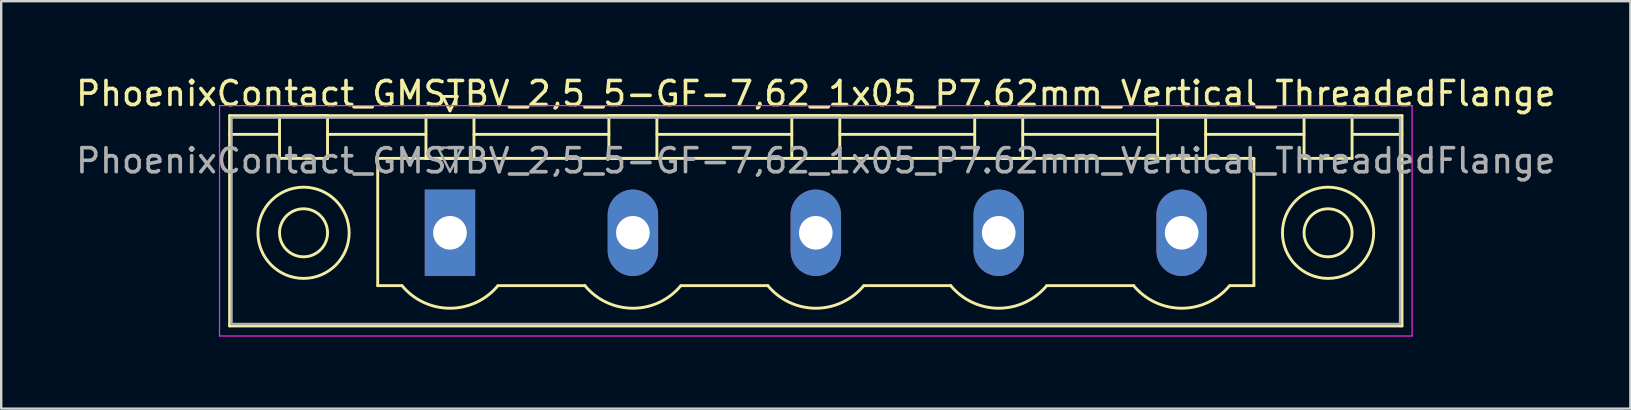
<source format=kicad_pcb>
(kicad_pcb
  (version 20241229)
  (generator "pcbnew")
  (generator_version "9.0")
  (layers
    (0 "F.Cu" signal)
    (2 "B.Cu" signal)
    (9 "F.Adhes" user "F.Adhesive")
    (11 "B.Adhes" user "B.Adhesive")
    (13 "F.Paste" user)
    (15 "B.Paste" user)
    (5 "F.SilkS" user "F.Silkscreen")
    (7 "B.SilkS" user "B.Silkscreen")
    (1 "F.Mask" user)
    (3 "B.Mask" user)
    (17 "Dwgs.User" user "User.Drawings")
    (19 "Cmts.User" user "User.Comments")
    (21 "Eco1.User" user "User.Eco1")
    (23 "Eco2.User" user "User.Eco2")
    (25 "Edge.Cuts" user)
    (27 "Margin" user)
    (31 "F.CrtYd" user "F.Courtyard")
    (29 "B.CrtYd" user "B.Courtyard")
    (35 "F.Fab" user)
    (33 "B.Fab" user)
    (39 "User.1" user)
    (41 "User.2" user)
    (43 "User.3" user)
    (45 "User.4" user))
  (footprint "PhoenixContact_GMSTBV_2,5_5-GF-7,62_1x05_P7.62mm_Vertical_ThreadedFlange"
    (layer "F.Cu")
    (at 15.695 6.648)
    (property "Reference" "PhoenixContact_GMSTBV_2,5_5-GF-7,62_1x05_P7.62mm_Vertical_ThreadedFlange" (at 15.24 -5.8 0) (layer "F.SilkS") (effects (font (size 1 1) (thickness 0.15))))
    (attr through_hole)
    (fp_line (start -9.18 -4.88) (end -9.18 3.88) (stroke (width 0.12) (type solid)) (layer "F.SilkS"))
    (fp_line (start -9.18 -4.1) (end -7.18 -4.1) (stroke (width 0.12) (type solid)) (layer "F.SilkS"))
    (fp_line (start -9.18 3.88) (end 39.66 3.88) (stroke (width 0.12) (type solid)) (layer "F.SilkS"))
    (fp_line (start -7.1 -4.88) (end -5.1 -4.88) (stroke (width 0.12) (type solid)) (layer "F.SilkS"))
    (fp_line (start -7.1 -3.1) (end -7.1 -4.88) (stroke (width 0.12) (type solid)) (layer "F.SilkS"))
    (fp_line (start -5.1 -4.88) (end -5.1 -3.1) (stroke (width 0.12) (type solid)) (layer "F.SilkS"))
    (fp_line (start -5.1 -4.1) (end -1 -4.1) (stroke (width 0.12) (type solid)) (layer "F.SilkS"))
    (fp_line (start -5.1 -3.1) (end -7.1 -3.1) (stroke (width 0.12) (type solid)) (layer "F.SilkS"))
    (fp_line (start -3.01 -3.1) (end 33.49 -3.1) (stroke (width 0.12) (type solid)) (layer "F.SilkS"))
    (fp_line (start -3.01 2.2) (end -3.01 -3.1) (stroke (width 0.12) (type solid)) (layer "F.SilkS"))
    (fp_line (start -2 2.2) (end -3.01 2.2) (stroke (width 0.12) (type solid)) (layer "F.SilkS"))
    (fp_line (start -1 -4.88) (end 1 -4.88) (stroke (width 0.12) (type solid)) (layer "F.SilkS"))
    (fp_line (start -1 -3.1) (end -1 -4.88) (stroke (width 0.12) (type solid)) (layer "F.SilkS"))
    (fp_line (start -0.3 -5.68) (end 0.3 -5.68) (stroke (width 0.12) (type solid)) (layer "F.SilkS"))
    (fp_line (start 0 -5.08) (end -0.3 -5.68) (stroke (width 0.12) (type solid)) (layer "F.SilkS"))
    (fp_line (start 0.3 -5.68) (end 0 -5.08) (stroke (width 0.12) (type solid)) (layer "F.SilkS"))
    (fp_line (start 1 -4.88) (end 1 -3.1) (stroke (width 0.12) (type solid)) (layer "F.SilkS"))
    (fp_line (start 1 -4.1) (end 6.62 -4.1) (stroke (width 0.12) (type solid)) (layer "F.SilkS"))
    (fp_line (start 1 -3.1) (end -1 -3.1) (stroke (width 0.12) (type solid)) (layer "F.SilkS"))
    (fp_line (start 2 2.2) (end 5.62 2.2) (stroke (width 0.12) (type solid)) (layer "F.SilkS"))
    (fp_line (start 6.62 -4.88) (end 8.62 -4.88) (stroke (width 0.12) (type solid)) (layer "F.SilkS"))
    (fp_line (start 6.62 -3.1) (end 6.62 -4.88) (stroke (width 0.12) (type solid)) (layer "F.SilkS"))
    (fp_line (start 8.62 -4.88) (end 8.62 -3.1) (stroke (width 0.12) (type solid)) (layer "F.SilkS"))
    (fp_line (start 8.62 -4.1) (end 14.24 -4.1) (stroke (width 0.12) (type solid)) (layer "F.SilkS"))
    (fp_line (start 8.62 -3.1) (end 6.62 -3.1) (stroke (width 0.12) (type solid)) (layer "F.SilkS"))
    (fp_line (start 9.62 2.2) (end 13.24 2.2) (stroke (width 0.12) (type solid)) (layer "F.SilkS"))
    (fp_line (start 14.24 -4.88) (end 16.24 -4.88) (stroke (width 0.12) (type solid)) (layer "F.SilkS"))
    (fp_line (start 14.24 -3.1) (end 14.24 -4.88) (stroke (width 0.12) (type solid)) (layer "F.SilkS"))
    (fp_line (start 16.24 -4.88) (end 16.24 -3.1) (stroke (width 0.12) (type solid)) (layer "F.SilkS"))
    (fp_line (start 16.24 -4.1) (end 21.86 -4.1) (stroke (width 0.12) (type solid)) (layer "F.SilkS"))
    (fp_line (start 16.24 -3.1) (end 14.24 -3.1) (stroke (width 0.12) (type solid)) (layer "F.SilkS"))
    (fp_line (start 17.24 2.2) (end 20.86 2.2) (stroke (width 0.12) (type solid)) (layer "F.SilkS"))
    (fp_line (start 21.86 -4.88) (end 23.86 -4.88) (stroke (width 0.12) (type solid)) (layer "F.SilkS"))
    (fp_line (start 21.86 -3.1) (end 21.86 -4.88) (stroke (width 0.12) (type solid)) (layer "F.SilkS"))
    (fp_line (start 23.86 -4.88) (end 23.86 -3.1) (stroke (width 0.12) (type solid)) (layer "F.SilkS"))
    (fp_line (start 23.86 -4.1) (end 29.48 -4.1) (stroke (width 0.12) (type solid)) (layer "F.SilkS"))
    (fp_line (start 23.86 -3.1) (end 21.86 -3.1) (stroke (width 0.12) (type solid)) (layer "F.SilkS"))
    (fp_line (start 24.86 2.2) (end 28.48 2.2) (stroke (width 0.12) (type solid)) (layer "F.SilkS"))
    (fp_line (start 29.48 -4.88) (end 31.48 -4.88) (stroke (width 0.12) (type solid)) (layer "F.SilkS"))
    (fp_line (start 29.48 -3.1) (end 29.48 -4.88) (stroke (width 0.12) (type solid)) (layer "F.SilkS"))
    (fp_line (start 31.48 -4.88) (end 31.48 -3.1) (stroke (width 0.12) (type solid)) (layer "F.SilkS"))
    (fp_line (start 31.48 -4.1) (end 35.58 -4.1) (stroke (width 0.12) (type solid)) (layer "F.SilkS"))
    (fp_line (start 31.48 -3.1) (end 29.48 -3.1) (stroke (width 0.12) (type solid)) (layer "F.SilkS"))
    (fp_line (start 33.49 -3.1) (end 33.49 2.2) (stroke (width 0.12) (type solid)) (layer "F.SilkS"))
    (fp_line (start 33.49 2.2) (end 32.48 2.2) (stroke (width 0.12) (type solid)) (layer "F.SilkS"))
    (fp_line (start 35.58 -4.88) (end 37.58 -4.88) (stroke (width 0.12) (type solid)) (layer "F.SilkS"))
    (fp_line (start 35.58 -3.1) (end 35.58 -4.88) (stroke (width 0.12) (type solid)) (layer "F.SilkS"))
    (fp_line (start 37.58 -4.88) (end 37.58 -3.1) (stroke (width 0.12) (type solid)) (layer "F.SilkS"))
    (fp_line (start 37.58 -3.1) (end 35.58 -3.1) (stroke (width 0.12) (type solid)) (layer "F.SilkS"))
    (fp_line (start 39.66 -4.88) (end -9.18 -4.88) (stroke (width 0.12) (type solid)) (layer "F.SilkS"))
    (fp_line (start 39.66 -4.1) (end 37.66 -4.1) (stroke (width 0.12) (type solid)) (layer "F.SilkS"))
    (fp_line (start 39.66 3.88) (end 39.66 -4.88) (stroke (width 0.12) (type solid)) (layer "F.SilkS"))
    (fp_arc (start 1.986842 2.215821) (mid -0.010289 3.142758) (end -2 2.2) (stroke (width 0.12) (type solid)) (layer "F.SilkS"))
    (fp_arc (start 9.606842 2.215821) (mid 7.609711 3.142758) (end 5.62 2.2) (stroke (width 0.12) (type solid)) (layer "F.SilkS"))
    (fp_arc (start 17.226842 2.215821) (mid 15.229711 3.142758) (end 13.24 2.2) (stroke (width 0.12) (type solid)) (layer "F.SilkS"))
    (fp_arc (start 24.846842 2.215821) (mid 22.849711 3.142758) (end 20.86 2.2) (stroke (width 0.12) (type solid)) (layer "F.SilkS"))
    (fp_arc (start 32.466842 2.215821) (mid 30.469711 3.142758) (end 28.48 2.2) (stroke (width 0.12) (type solid)) (layer "F.SilkS"))
    (fp_circle (center -6.1 0) (end -5.1 0) (stroke (width 0.12) (type solid)) (fill no) (layer "F.SilkS"))
    (fp_circle (center -6.1 0) (end -4.2 0) (stroke (width 0.12) (type solid)) (fill no) (layer "F.SilkS"))
    (fp_circle (center 36.58 0) (end 37.58 0) (stroke (width 0.12) (type solid)) (fill no) (layer "F.SilkS"))
    (fp_circle (center 36.58 0) (end 38.48 0) (stroke (width 0.12) (type solid)) (fill no) (layer "F.SilkS"))
    (fp_line (start -9.6 -5.3) (end -9.6 4.3) (stroke (width 0.05) (type solid)) (layer "F.CrtYd"))
    (fp_line (start -9.6 4.3) (end 40.08 4.3) (stroke (width 0.05) (type solid)) (layer "F.CrtYd"))
    (fp_line (start 40.08 -5.3) (end -9.6 -5.3) (stroke (width 0.05) (type solid)) (layer "F.CrtYd"))
    (fp_line (start 40.08 4.3) (end 40.08 -5.3) (stroke (width 0.05) (type solid)) (layer "F.CrtYd"))
    (fp_line (start -9.1 -4.8) (end -9.1 3.8) (stroke (width 0.1) (type solid)) (layer "F.Fab"))
    (fp_line (start -9.1 3.8) (end 39.58 3.8) (stroke (width 0.1) (type solid)) (layer "F.Fab"))
    (fp_line (start -0.5 -3.55) (end 0.5 -3.55) (stroke (width 0.1) (type solid)) (layer "F.Fab"))
    (fp_line (start 0 -2.55) (end -0.5 -3.55) (stroke (width 0.1) (type solid)) (layer "F.Fab"))
    (fp_line (start 0.5 -3.55) (end 0 -2.55) (stroke (width 0.1) (type solid)) (layer "F.Fab"))
    (fp_line (start 39.58 -4.8) (end -9.1 -4.8) (stroke (width 0.1) (type solid)) (layer "F.Fab"))
    (fp_line (start 39.58 3.8) (end 39.58 -4.8) (stroke (width 0.1) (type solid)) (layer "F.Fab"))
    (fp_text user "${REFERENCE}" (at 15.24 -3 0) (layer "F.Fab") (effects (font (size 1 1) (thickness 0.15))))
    (pad "1" thru_hole rect (at 0 0) (size 2.1 3.6) (drill 1.4) (layers "*.Cu" "*.Mask"))
    (pad "2" thru_hole oval (at 7.62 0) (size 2.1 3.6) (drill 1.4) (layers "*.Cu" "*.Mask"))
    (pad "3" thru_hole oval (at 15.24 0) (size 2.1 3.6) (drill 1.4) (layers "*.Cu" "*.Mask"))
    (pad "4" thru_hole oval (at 22.86 0) (size 2.1 3.6) (drill 1.4) (layers "*.Cu" "*.Mask"))
    (pad "5" thru_hole oval (at 30.48 0) (size 2.1 3.6) (drill 1.4) (layers "*.Cu" "*.Mask")))
  (gr_rect
    (start -3 -3)
    (end 64.869 13.973)
    (stroke (width 0.1) (type default))
    (fill no)
    (layer "Edge.Cuts")))
</source>
